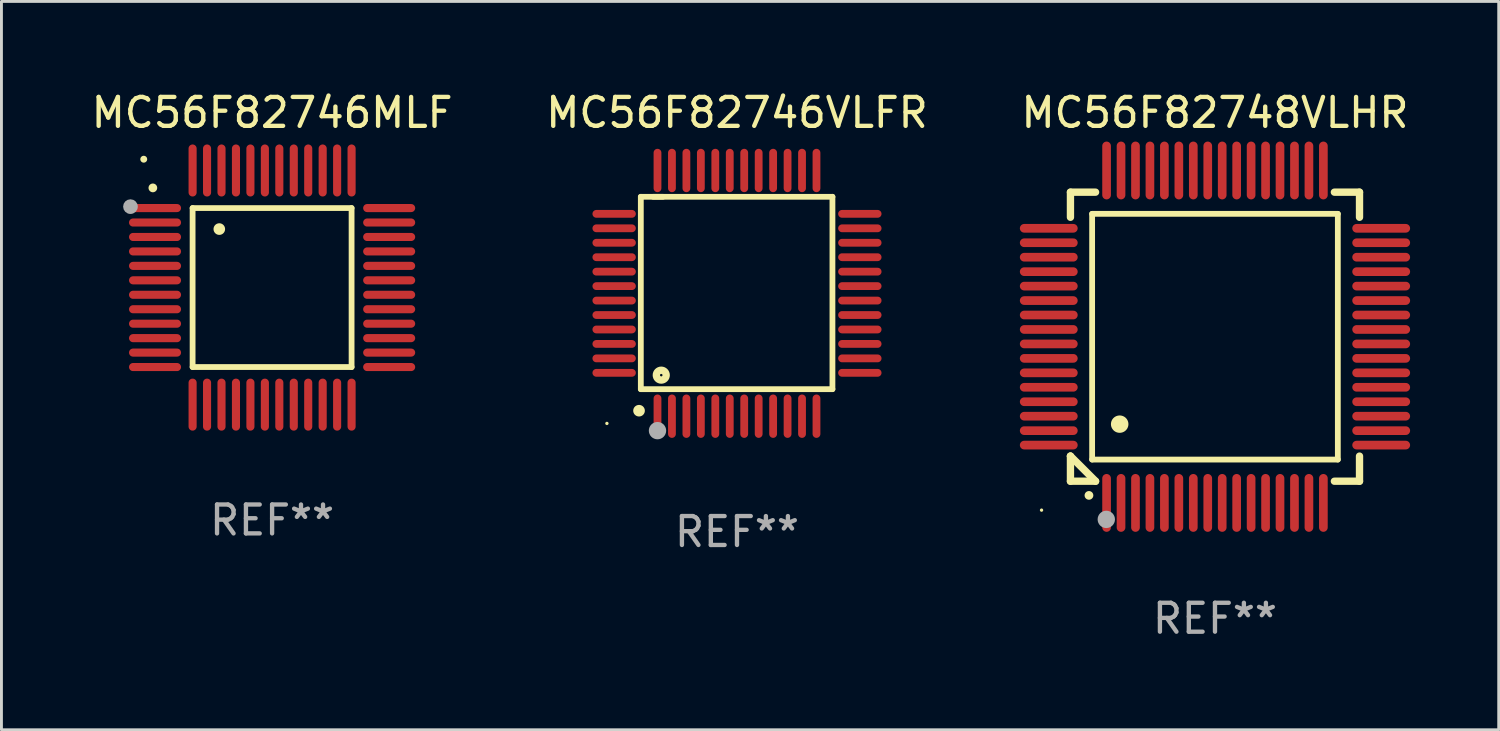
<source format=kicad_pcb>
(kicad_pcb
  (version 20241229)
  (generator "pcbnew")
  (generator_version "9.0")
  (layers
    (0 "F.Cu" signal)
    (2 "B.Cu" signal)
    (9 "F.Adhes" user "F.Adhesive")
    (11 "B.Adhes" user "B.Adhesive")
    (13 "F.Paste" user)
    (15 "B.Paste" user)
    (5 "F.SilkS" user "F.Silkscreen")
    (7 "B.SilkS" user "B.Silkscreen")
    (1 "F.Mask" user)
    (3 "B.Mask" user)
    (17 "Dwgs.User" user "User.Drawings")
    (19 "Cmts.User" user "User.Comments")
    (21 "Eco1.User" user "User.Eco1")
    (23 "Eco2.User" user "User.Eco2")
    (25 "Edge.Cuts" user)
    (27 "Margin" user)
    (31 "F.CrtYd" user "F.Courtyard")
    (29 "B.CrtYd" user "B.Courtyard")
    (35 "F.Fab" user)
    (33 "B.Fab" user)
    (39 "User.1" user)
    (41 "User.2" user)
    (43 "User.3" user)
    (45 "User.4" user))
  (footprint "MC56F82748VLHR"
    (layer "F.Cu")
    (at 38.982 8.598)
    (property "Reference" "MC56F82748VLHR" (at 0 -7.75 0) (layer "F.SilkS") (effects (font (size 1 1) (thickness 0.15))))
    (attr through_hole)
    (fp_line (start -5 -5) (end -4.131 -5) (stroke (width 0.254) (type solid)) (layer "F.SilkS"))
    (fp_line (start -5 -4.131) (end -5 -5) (stroke (width 0.254) (type solid)) (layer "F.SilkS"))
    (fp_line (start -5 4.131) (end -5 4.131) (stroke (width 0.254) (type solid)) (layer "F.SilkS"))
    (fp_line (start -5 5) (end -5 4.131) (stroke (width 0.254) (type solid)) (layer "F.SilkS"))
    (fp_line (start -5 4.131) (end -4.131 5) (stroke (width 0.254) (type solid)) (layer "F.SilkS"))
    (fp_line (start -4.25 -4.25) (end -4.25 4.25) (stroke (width 0.2) (type solid)) (layer "F.SilkS"))
    (fp_line (start -4.25 4.25) (end 4.25 4.25) (stroke (width 0.2) (type solid)) (layer "F.SilkS"))
    (fp_line (start -4.131 5) (end -5 5) (stroke (width 0.254) (type solid)) (layer "F.SilkS"))
    (fp_line (start 4.25 -4.25) (end -4.25 -4.25) (stroke (width 0.2) (type solid)) (layer "F.SilkS"))
    (fp_line (start 4.25 4.25) (end 4.25 -4.25) (stroke (width 0.2) (type solid)) (layer "F.SilkS"))
    (fp_line (start 5 -5) (end 4.131 -5) (stroke (width 0.254) (type solid)) (layer "F.SilkS"))
    (fp_line (start 5 -5) (end 5 -4.131) (stroke (width 0.254) (type solid)) (layer "F.SilkS"))
    (fp_line (start 5 4.131) (end 5 5) (stroke (width 0.254) (type solid)) (layer "F.SilkS"))
    (fp_line (start 5 5) (end 4.131 5) (stroke (width 0.254) (type solid)) (layer "F.SilkS"))
    (fp_arc (start -4.361265 5.489992) (mid -4.359995 5.489987) (end -4.358725 5.489992) (stroke (width 0.3) (type solid)) (layer "F.SilkS"))
    (fp_arc (start -3.299467 3.025146) (mid -3.296927 3.025135) (end -3.294387 3.025146) (stroke (width 0.6) (type solid)) (layer "F.SilkS"))
    (fp_circle (center -6 6) (end -5.97 6) (stroke (width 0.06) (type solid)) (fill no) (layer "F.SilkS"))
    (fp_circle (center -3.76 6.32) (end -3.61 6.32) (stroke (width 0.3) (type solid)) (fill no) (layer "F.Fab"))
    (fp_text user "REF**" (at 0 9.75 0) (layer "F.Fab") (effects (font (size 1 1) (thickness 0.15))))
    (pad "1" smd oval (at -3.75 5.75) (size 0.3 2) (layers "F.Cu" "F.Mask" "F.Paste"))
    (pad "2" smd oval (at -3.25 5.75) (size 0.3 2) (layers "F.Cu" "F.Mask" "F.Paste"))
    (pad "3" smd oval (at -2.75 5.75) (size 0.3 2) (layers "F.Cu" "F.Mask" "F.Paste"))
    (pad "4" smd oval (at -2.25 5.75) (size 0.3 2) (layers "F.Cu" "F.Mask" "F.Paste"))
    (pad "5" smd oval (at -1.75 5.75) (size 0.3 2) (layers "F.Cu" "F.Mask" "F.Paste"))
    (pad "6" smd oval (at -1.25 5.75) (size 0.3 2) (layers "F.Cu" "F.Mask" "F.Paste"))
    (pad "7" smd oval (at -0.75 5.75) (size 0.3 2) (layers "F.Cu" "F.Mask" "F.Paste"))
    (pad "8" smd oval (at -0.25 5.75) (size 0.3 2) (layers "F.Cu" "F.Mask" "F.Paste"))
    (pad "9" smd oval (at 0.25 5.75) (size 0.3 2) (layers "F.Cu" "F.Mask" "F.Paste"))
    (pad "10" smd oval (at 0.75 5.75) (size 0.3 2) (layers "F.Cu" "F.Mask" "F.Paste"))
    (pad "11" smd oval (at 1.25 5.75) (size 0.3 2) (layers "F.Cu" "F.Mask" "F.Paste"))
    (pad "12" smd oval (at 1.75 5.75) (size 0.3 2) (layers "F.Cu" "F.Mask" "F.Paste"))
    (pad "13" smd oval (at 2.25 5.75) (size 0.3 2) (layers "F.Cu" "F.Mask" "F.Paste"))
    (pad "14" smd oval (at 2.75 5.75) (size 0.3 2) (layers "F.Cu" "F.Mask" "F.Paste"))
    (pad "15" smd oval (at 3.25 5.75) (size 0.3 2) (layers "F.Cu" "F.Mask" "F.Paste"))
    (pad "16" smd oval (at 3.75 5.75) (size 0.3 2) (layers "F.Cu" "F.Mask" "F.Paste"))
    (pad "17" smd oval (at 5.75 3.75) (size 2 0.3) (layers "F.Cu" "F.Mask" "F.Paste"))
    (pad "18" smd oval (at 5.75 3.25) (size 2 0.3) (layers "F.Cu" "F.Mask" "F.Paste"))
    (pad "19" smd oval (at 5.75 2.75) (size 2 0.3) (layers "F.Cu" "F.Mask" "F.Paste"))
    (pad "20" smd oval (at 5.75 2.25) (size 2 0.3) (layers "F.Cu" "F.Mask" "F.Paste"))
    (pad "21" smd oval (at 5.75 1.75) (size 2 0.3) (layers "F.Cu" "F.Mask" "F.Paste"))
    (pad "22" smd oval (at 5.75 1.25) (size 2 0.3) (layers "F.Cu" "F.Mask" "F.Paste"))
    (pad "23" smd oval (at 5.75 0.75) (size 2 0.3) (layers "F.Cu" "F.Mask" "F.Paste"))
    (pad "24" smd oval (at 5.75 0.25) (size 2 0.3) (layers "F.Cu" "F.Mask" "F.Paste"))
    (pad "25" smd oval (at 5.75 -0.25) (size 2 0.3) (layers "F.Cu" "F.Mask" "F.Paste"))
    (pad "26" smd oval (at 5.75 -0.75) (size 2 0.3) (layers "F.Cu" "F.Mask" "F.Paste"))
    (pad "27" smd oval (at 5.75 -1.25) (size 2 0.3) (layers "F.Cu" "F.Mask" "F.Paste"))
    (pad "28" smd oval (at 5.75 -1.75) (size 2 0.3) (layers "F.Cu" "F.Mask" "F.Paste"))
    (pad "29" smd oval (at 5.75 -2.25) (size 2 0.3) (layers "F.Cu" "F.Mask" "F.Paste"))
    (pad "30" smd oval (at 5.75 -2.75) (size 2 0.3) (layers "F.Cu" "F.Mask" "F.Paste"))
    (pad "31" smd oval (at 5.75 -3.25) (size 2 0.3) (layers "F.Cu" "F.Mask" "F.Paste"))
    (pad "32" smd oval (at 5.75 -3.75) (size 2 0.3) (layers "F.Cu" "F.Mask" "F.Paste"))
    (pad "33" smd oval (at 3.75 -5.75) (size 0.3 2) (layers "F.Cu" "F.Mask" "F.Paste"))
    (pad "34" smd oval (at 3.25 -5.75) (size 0.3 2) (layers "F.Cu" "F.Mask" "F.Paste"))
    (pad "35" smd oval (at 2.75 -5.75) (size 0.3 2) (layers "F.Cu" "F.Mask" "F.Paste"))
    (pad "36" smd oval (at 2.25 -5.75) (size 0.3 2) (layers "F.Cu" "F.Mask" "F.Paste"))
    (pad "37" smd oval (at 1.75 -5.75) (size 0.3 2) (layers "F.Cu" "F.Mask" "F.Paste"))
    (pad "38" smd oval (at 1.25 -5.75) (size 0.3 2) (layers "F.Cu" "F.Mask" "F.Paste"))
    (pad "39" smd oval (at 0.75 -5.75) (size 0.3 2) (layers "F.Cu" "F.Mask" "F.Paste"))
    (pad "40" smd oval (at 0.25 -5.75) (size 0.3 2) (layers "F.Cu" "F.Mask" "F.Paste"))
    (pad "41" smd oval (at -0.25 -5.75) (size 0.3 2) (layers "F.Cu" "F.Mask" "F.Paste"))
    (pad "42" smd oval (at -0.75 -5.75) (size 0.3 2) (layers "F.Cu" "F.Mask" "F.Paste"))
    (pad "43" smd oval (at -1.25 -5.75) (size 0.3 2) (layers "F.Cu" "F.Mask" "F.Paste"))
    (pad "44" smd oval (at -1.75 -5.75) (size 0.3 2) (layers "F.Cu" "F.Mask" "F.Paste"))
    (pad "45" smd oval (at -2.25 -5.75) (size 0.3 2) (layers "F.Cu" "F.Mask" "F.Paste"))
    (pad "46" smd oval (at -2.75 -5.75) (size 0.3 2) (layers "F.Cu" "F.Mask" "F.Paste"))
    (pad "47" smd oval (at -3.25 -5.75) (size 0.3 2) (layers "F.Cu" "F.Mask" "F.Paste"))
    (pad "48" smd oval (at -3.75 -5.75) (size 0.3 2) (layers "F.Cu" "F.Mask" "F.Paste"))
    (pad "49" smd oval (at -5.75 -3.75) (size 2 0.3) (layers "F.Cu" "F.Mask" "F.Paste"))
    (pad "50" smd oval (at -5.75 -3.25) (size 2 0.3) (layers "F.Cu" "F.Mask" "F.Paste"))
    (pad "51" smd oval (at -5.75 -2.75) (size 2 0.3) (layers "F.Cu" "F.Mask" "F.Paste"))
    (pad "52" smd oval (at -5.75 -2.25) (size 2 0.3) (layers "F.Cu" "F.Mask" "F.Paste"))
    (pad "53" smd oval (at -5.75 -1.75) (size 2 0.3) (layers "F.Cu" "F.Mask" "F.Paste"))
    (pad "54" smd oval (at -5.75 -1.25) (size 2 0.3) (layers "F.Cu" "F.Mask" "F.Paste"))
    (pad "55" smd oval (at -5.75 -0.75) (size 2 0.3) (layers "F.Cu" "F.Mask" "F.Paste"))
    (pad "56" smd oval (at -5.75 -0.25) (size 2 0.3) (layers "F.Cu" "F.Mask" "F.Paste"))
    (pad "57" smd oval (at -5.75 0.25) (size 2 0.3) (layers "F.Cu" "F.Mask" "F.Paste"))
    (pad "58" smd oval (at -5.75 0.75) (size 2 0.3) (layers "F.Cu" "F.Mask" "F.Paste"))
    (pad "59" smd oval (at -5.75 1.25) (size 2 0.3) (layers "F.Cu" "F.Mask" "F.Paste"))
    (pad "60" smd oval (at -5.75 1.75) (size 2 0.3) (layers "F.Cu" "F.Mask" "F.Paste"))
    (pad "61" smd oval (at -5.75 2.25) (size 2 0.3) (layers "F.Cu" "F.Mask" "F.Paste"))
    (pad "62" smd oval (at -5.75 2.75) (size 2 0.3) (layers "F.Cu" "F.Mask" "F.Paste"))
    (pad "63" smd oval (at -5.75 3.25) (size 2 0.3) (layers "F.Cu" "F.Mask" "F.Paste"))
    (pad "64" smd oval (at -5.75 3.75) (size 2 0.3) (layers "F.Cu" "F.Mask" "F.Paste")))
  (footprint "MC56F82746MLF"
    (layer "F.Cu")
    (at 6.363 6.898)
    (property "Reference" "MC56F82746MLF" (at 0 -6.05 0) (layer "F.SilkS") (effects (font (size 1 1) (thickness 0.15))))
    (attr through_hole)
    (fp_line (start -2.75 -2.75) (end 2.75 -2.75) (stroke (width 0.2) (type solid)) (layer "F.SilkS"))
    (fp_line (start -2.75 2.75) (end -2.75 -2.75) (stroke (width 0.2) (type solid)) (layer "F.SilkS"))
    (fp_line (start 2.75 -2.75) (end 2.75 2.75) (stroke (width 0.2) (type solid)) (layer "F.SilkS"))
    (fp_line (start 2.75 2.75) (end -2.75 2.75) (stroke (width 0.2) (type solid)) (layer "F.SilkS"))
    (fp_arc (start -4.124968 -3.446787) (mid -4.124973 -3.448057) (end -4.124968 -3.449327) (stroke (width 0.3) (type solid)) (layer "F.SilkS"))
    (fp_arc (start -1.826264 -2.021844) (mid -1.826268 -2.023114) (end -1.826264 -2.024384) (stroke (width 0.4) (type solid)) (layer "F.SilkS"))
    (fp_circle (center -4.44 -4.44) (end -4.38 -4.44) (stroke (width 0.12) (type solid)) (fill no) (layer "F.SilkS"))
    (fp_circle (center -4.9 -2.8) (end -4.773 -2.8) (stroke (width 0.254) (type solid)) (fill no) (layer "F.Fab"))
    (fp_text user "REF**" (at 0 8.05 0) (layer "F.Fab") (effects (font (size 1 1) (thickness 0.15))))
    (pad "1" smd oval (at -4.05 -2.75 90) (size 0.28 1.8) (layers "F.Cu" "F.Mask" "F.Paste"))
    (pad "2" smd oval (at -4.05 -2.25 90) (size 0.28 1.8) (layers "F.Cu" "F.Mask" "F.Paste"))
    (pad "3" smd oval (at -4.05 -1.75 90) (size 0.28 1.8) (layers "F.Cu" "F.Mask" "F.Paste"))
    (pad "4" smd oval (at -4.05 -1.25 90) (size 0.28 1.8) (layers "F.Cu" "F.Mask" "F.Paste"))
    (pad "5" smd oval (at -4.05 -0.75 90) (size 0.28 1.8) (layers "F.Cu" "F.Mask" "F.Paste"))
    (pad "6" smd oval (at -4.05 -0.25 90) (size 0.28 1.8) (layers "F.Cu" "F.Mask" "F.Paste"))
    (pad "7" smd oval (at -4.05 0.25 90) (size 0.28 1.8) (layers "F.Cu" "F.Mask" "F.Paste"))
    (pad "8" smd oval (at -4.05 0.75 90) (size 0.28 1.8) (layers "F.Cu" "F.Mask" "F.Paste"))
    (pad "9" smd oval (at -4.05 1.25 90) (size 0.28 1.8) (layers "F.Cu" "F.Mask" "F.Paste"))
    (pad "10" smd oval (at -4.05 1.75 90) (size 0.28 1.8) (layers "F.Cu" "F.Mask" "F.Paste"))
    (pad "11" smd oval (at -4.05 2.25 90) (size 0.28 1.8) (layers "F.Cu" "F.Mask" "F.Paste"))
    (pad "12" smd oval (at -4.05 2.75 90) (size 0.28 1.8) (layers "F.Cu" "F.Mask" "F.Paste"))
    (pad "13" smd oval (at -2.75 4.05) (size 0.28 1.8) (layers "F.Cu" "F.Mask" "F.Paste"))
    (pad "14" smd oval (at -2.25 4.05) (size 0.28 1.8) (layers "F.Cu" "F.Mask" "F.Paste"))
    (pad "15" smd oval (at -1.75 4.05) (size 0.28 1.8) (layers "F.Cu" "F.Mask" "F.Paste"))
    (pad "16" smd oval (at -1.25 4.05) (size 0.28 1.8) (layers "F.Cu" "F.Mask" "F.Paste"))
    (pad "17" smd oval (at -0.75 4.05) (size 0.28 1.8) (layers "F.Cu" "F.Mask" "F.Paste"))
    (pad "18" smd oval (at -0.25 4.05) (size 0.28 1.8) (layers "F.Cu" "F.Mask" "F.Paste"))
    (pad "19" smd oval (at 0.25 4.05) (size 0.28 1.8) (layers "F.Cu" "F.Mask" "F.Paste"))
    (pad "20" smd oval (at 0.75 4.05) (size 0.28 1.8) (layers "F.Cu" "F.Mask" "F.Paste"))
    (pad "21" smd oval (at 1.25 4.05) (size 0.28 1.8) (layers "F.Cu" "F.Mask" "F.Paste"))
    (pad "22" smd oval (at 1.75 4.05) (size 0.28 1.8) (layers "F.Cu" "F.Mask" "F.Paste"))
    (pad "23" smd oval (at 2.25 4.05) (size 0.28 1.8) (layers "F.Cu" "F.Mask" "F.Paste"))
    (pad "24" smd oval (at 2.75 4.05) (size 0.28 1.8) (layers "F.Cu" "F.Mask" "F.Paste"))
    (pad "25" smd oval (at 4.05 2.75 90) (size 0.28 1.8) (layers "F.Cu" "F.Mask" "F.Paste"))
    (pad "26" smd oval (at 4.05 2.25 90) (size 0.28 1.8) (layers "F.Cu" "F.Mask" "F.Paste"))
    (pad "27" smd oval (at 4.05 1.75 90) (size 0.28 1.8) (layers "F.Cu" "F.Mask" "F.Paste"))
    (pad "28" smd oval (at 4.05 1.25 90) (size 0.28 1.8) (layers "F.Cu" "F.Mask" "F.Paste"))
    (pad "29" smd oval (at 4.05 0.75 90) (size 0.28 1.8) (layers "F.Cu" "F.Mask" "F.Paste"))
    (pad "30" smd oval (at 4.05 0.25 90) (size 0.28 1.8) (layers "F.Cu" "F.Mask" "F.Paste"))
    (pad "31" smd oval (at 4.05 -0.25 90) (size 0.28 1.8) (layers "F.Cu" "F.Mask" "F.Paste"))
    (pad "32" smd oval (at 4.05 -0.75 90) (size 0.28 1.8) (layers "F.Cu" "F.Mask" "F.Paste"))
    (pad "33" smd oval (at 4.05 -1.25 90) (size 0.28 1.8) (layers "F.Cu" "F.Mask" "F.Paste"))
    (pad "34" smd oval (at 4.05 -1.75 90) (size 0.28 1.8) (layers "F.Cu" "F.Mask" "F.Paste"))
    (pad "35" smd oval (at 4.05 -2.25 90) (size 0.28 1.8) (layers "F.Cu" "F.Mask" "F.Paste"))
    (pad "36" smd oval (at 4.05 -2.75 90) (size 0.28 1.8) (layers "F.Cu" "F.Mask" "F.Paste"))
    (pad "37" smd oval (at 2.75 -4.05) (size 0.28 1.8) (layers "F.Cu" "F.Mask" "F.Paste"))
    (pad "38" smd oval (at 2.25 -4.05) (size 0.28 1.8) (layers "F.Cu" "F.Mask" "F.Paste"))
    (pad "39" smd oval (at 1.75 -4.05) (size 0.28 1.8) (layers "F.Cu" "F.Mask" "F.Paste"))
    (pad "40" smd oval (at 1.25 -4.05) (size 0.28 1.8) (layers "F.Cu" "F.Mask" "F.Paste"))
    (pad "41" smd oval (at 0.75 -4.05) (size 0.28 1.8) (layers "F.Cu" "F.Mask" "F.Paste"))
    (pad "42" smd oval (at 0.25 -4.05) (size 0.28 1.8) (layers "F.Cu" "F.Mask" "F.Paste"))
    (pad "43" smd oval (at -0.25 -4.05) (size 0.28 1.8) (layers "F.Cu" "F.Mask" "F.Paste"))
    (pad "44" smd oval (at -0.75 -4.05) (size 0.28 1.8) (layers "F.Cu" "F.Mask" "F.Paste"))
    (pad "45" smd oval (at -1.25 -4.05) (size 0.28 1.8) (layers "F.Cu" "F.Mask" "F.Paste"))
    (pad "46" smd oval (at -1.75 -4.05) (size 0.28 1.8) (layers "F.Cu" "F.Mask" "F.Paste"))
    (pad "47" smd oval (at -2.25 -4.05) (size 0.28 1.8) (layers "F.Cu" "F.Mask" "F.Paste"))
    (pad "48" smd oval (at -2.75 -4.05) (size 0.28 1.8) (layers "F.Cu" "F.Mask" "F.Paste")))
  (footprint "MC56F82746VLFR"
    (layer "F.Cu")
    (at 22.446 7.098)
    (property "Reference" "MC56F82746VLFR" (at 0 -6.25 0) (layer "F.SilkS") (effects (font (size 1 1) (thickness 0.15))))
    (attr through_hole)
    (fp_line (start -3.327 -3.34) (end -2.565 -3.34) (stroke (width 0.2) (type solid)) (layer "F.SilkS"))
    (fp_line (start -3.327 3.315) (end -3.327 -3.34) (stroke (width 0.2) (type solid)) (layer "F.SilkS"))
    (fp_line (start -2.896 -3.34) (end 3.302 -3.34) (stroke (width 0.2) (type solid)) (layer "F.SilkS"))
    (fp_line (start 3.302 -3.34) (end 3.302 3.315) (stroke (width 0.2) (type solid)) (layer "F.SilkS"))
    (fp_line (start 3.302 3.315) (end -3.327 3.315) (stroke (width 0.2) (type solid)) (layer "F.SilkS"))
    (fp_arc (start -3.389992 4.059995) (mid -3.388722 4.059991) (end -3.387452 4.059995) (stroke (width 0.4) (type solid)) (layer "F.SilkS"))
    (fp_circle (center -4.5 4.5) (end -4.47 4.5) (stroke (width 0.06) (type solid)) (fill no) (layer "F.SilkS"))
    (fp_circle (center -2.62 2.83) (end -2.45 2.83) (stroke (width 0.254) (type solid)) (fill no) (layer "F.SilkS"))
    (fp_circle (center -2.75 4.75) (end -2.6 4.75) (stroke (width 0.3) (type solid)) (fill no) (layer "F.Fab"))
    (fp_text user "REF**" (at 0 8.25 0) (layer "F.Fab") (effects (font (size 1 1) (thickness 0.15))))
    (pad "1" smd oval (at -2.75 4.25) (size 0.27 1.5) (layers "F.Cu" "F.Mask" "F.Paste"))
    (pad "2" smd oval (at -2.25 4.25) (size 0.27 1.5) (layers "F.Cu" "F.Mask" "F.Paste"))
    (pad "3" smd oval (at -1.75 4.25) (size 0.27 1.5) (layers "F.Cu" "F.Mask" "F.Paste"))
    (pad "4" smd oval (at -1.25 4.25) (size 0.27 1.5) (layers "F.Cu" "F.Mask" "F.Paste"))
    (pad "5" smd oval (at -0.75 4.25) (size 0.27 1.5) (layers "F.Cu" "F.Mask" "F.Paste"))
    (pad "6" smd oval (at -0.25 4.25) (size 0.27 1.5) (layers "F.Cu" "F.Mask" "F.Paste"))
    (pad "7" smd oval (at 0.25 4.25) (size 0.27 1.5) (layers "F.Cu" "F.Mask" "F.Paste"))
    (pad "8" smd oval (at 0.75 4.25) (size 0.27 1.5) (layers "F.Cu" "F.Mask" "F.Paste"))
    (pad "9" smd oval (at 1.25 4.25) (size 0.27 1.5) (layers "F.Cu" "F.Mask" "F.Paste"))
    (pad "10" smd oval (at 1.75 4.25) (size 0.27 1.5) (layers "F.Cu" "F.Mask" "F.Paste"))
    (pad "11" smd oval (at 2.25 4.25) (size 0.27 1.5) (layers "F.Cu" "F.Mask" "F.Paste"))
    (pad "12" smd oval (at 2.75 4.25) (size 0.27 1.5) (layers "F.Cu" "F.Mask" "F.Paste"))
    (pad "13" smd oval (at 4.25 2.75) (size 1.5 0.27) (layers "F.Cu" "F.Mask" "F.Paste"))
    (pad "14" smd oval (at 4.25 2.25) (size 1.5 0.27) (layers "F.Cu" "F.Mask" "F.Paste"))
    (pad "15" smd oval (at 4.25 1.75) (size 1.5 0.27) (layers "F.Cu" "F.Mask" "F.Paste"))
    (pad "16" smd oval (at 4.25 1.25) (size 1.5 0.27) (layers "F.Cu" "F.Mask" "F.Paste"))
    (pad "17" smd oval (at 4.25 0.75) (size 1.5 0.27) (layers "F.Cu" "F.Mask" "F.Paste"))
    (pad "18" smd oval (at 4.25 0.25) (size 1.5 0.27) (layers "F.Cu" "F.Mask" "F.Paste"))
    (pad "19" smd oval (at 4.25 -0.25) (size 1.5 0.27) (layers "F.Cu" "F.Mask" "F.Paste"))
    (pad "20" smd oval (at 4.25 -0.75) (size 1.5 0.27) (layers "F.Cu" "F.Mask" "F.Paste"))
    (pad "21" smd oval (at 4.25 -1.25) (size 1.5 0.27) (layers "F.Cu" "F.Mask" "F.Paste"))
    (pad "22" smd oval (at 4.25 -1.75) (size 1.5 0.27) (layers "F.Cu" "F.Mask" "F.Paste"))
    (pad "23" smd oval (at 4.25 -2.25) (size 1.5 0.27) (layers "F.Cu" "F.Mask" "F.Paste"))
    (pad "24" smd oval (at 4.25 -2.75) (size 1.5 0.27) (layers "F.Cu" "F.Mask" "F.Paste"))
    (pad "25" smd oval (at 2.75 -4.25) (size 0.27 1.5) (layers "F.Cu" "F.Mask" "F.Paste"))
    (pad "26" smd oval (at 2.25 -4.25) (size 0.27 1.5) (layers "F.Cu" "F.Mask" "F.Paste"))
    (pad "27" smd oval (at 1.75 -4.25) (size 0.27 1.5) (layers "F.Cu" "F.Mask" "F.Paste"))
    (pad "28" smd oval (at 1.25 -4.25) (size 0.27 1.5) (layers "F.Cu" "F.Mask" "F.Paste"))
    (pad "29" smd oval (at 0.75 -4.25) (size 0.27 1.5) (layers "F.Cu" "F.Mask" "F.Paste"))
    (pad "30" smd oval (at 0.25 -4.25) (size 0.27 1.5) (layers "F.Cu" "F.Mask" "F.Paste"))
    (pad "31" smd oval (at -0.25 -4.25) (size 0.27 1.5) (layers "F.Cu" "F.Mask" "F.Paste"))
    (pad "32" smd oval (at -0.75 -4.25) (size 0.27 1.5) (layers "F.Cu" "F.Mask" "F.Paste"))
    (pad "33" smd oval (at -1.25 -4.25) (size 0.27 1.5) (layers "F.Cu" "F.Mask" "F.Paste"))
    (pad "34" smd oval (at -1.75 -4.25) (size 0.27 1.5) (layers "F.Cu" "F.Mask" "F.Paste"))
    (pad "35" smd oval (at -2.25 -4.25) (size 0.27 1.5) (layers "F.Cu" "F.Mask" "F.Paste"))
    (pad "36" smd oval (at -2.75 -4.25) (size 0.27 1.5) (layers "F.Cu" "F.Mask" "F.Paste"))
    (pad "37" smd oval (at -4.25 -2.75) (size 1.5 0.27) (layers "F.Cu" "F.Mask" "F.Paste"))
    (pad "38" smd oval (at -4.25 -2.25) (size 1.5 0.27) (layers "F.Cu" "F.Mask" "F.Paste"))
    (pad "39" smd oval (at -4.25 -1.75) (size 1.5 0.27) (layers "F.Cu" "F.Mask" "F.Paste"))
    (pad "40" smd oval (at -4.25 -1.25) (size 1.5 0.27) (layers "F.Cu" "F.Mask" "F.Paste"))
    (pad "41" smd oval (at -4.25 -0.75) (size 1.5 0.27) (layers "F.Cu" "F.Mask" "F.Paste"))
    (pad "42" smd oval (at -4.25 -0.25) (size 1.5 0.27) (layers "F.Cu" "F.Mask" "F.Paste"))
    (pad "43" smd oval (at -4.25 0.25) (size 1.5 0.27) (layers "F.Cu" "F.Mask" "F.Paste"))
    (pad "44" smd oval (at -4.25 0.75) (size 1.5 0.27) (layers "F.Cu" "F.Mask" "F.Paste"))
    (pad "45" smd oval (at -4.25 1.25) (size 1.5 0.27) (layers "F.Cu" "F.Mask" "F.Paste"))
    (pad "46" smd oval (at -4.25 1.75) (size 1.5 0.27) (layers "F.Cu" "F.Mask" "F.Paste"))
    (pad "47" smd oval (at -4.25 2.25) (size 1.5 0.27) (layers "F.Cu" "F.Mask" "F.Paste"))
    (pad "48" smd oval (at -4.25 2.75) (size 1.5 0.27) (layers "F.Cu" "F.Mask" "F.Paste")))
  (gr_rect
    (start -3 -3)
    (end 48.798 22.196)
    (stroke (width 0.1) (type default))
    (fill no)
    (layer "Edge.Cuts")))
</source>
